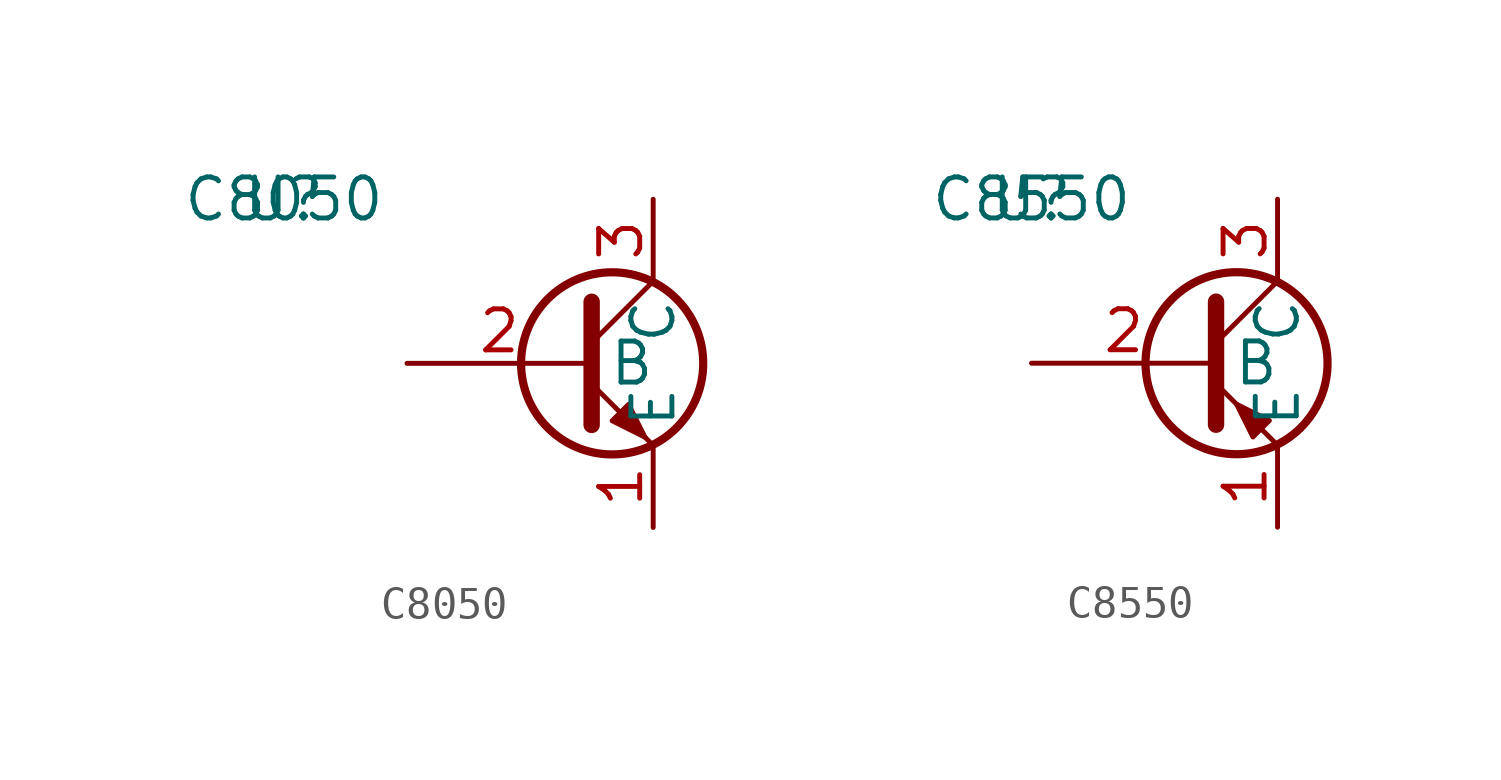
<source format=kicad_sym>
(kicad_symbol_lib
  (version 20211014)
  (generator kicad_symbol_editor)
  (symbol "C8050"
    (property "Reference" "U"
      (at -6.35 5.08 0)
      (effects (font (size 1.27 1.27))))
    (property "Value" "C8050"
      (at -6.35 5.08 0)
      (effects (font (size 1.27 1.27))))
    (symbol "C8050_0_1"
      (polyline (pts (xy 3.175 0.635) (xy 5.08 2.54)) (stroke (width 0) (type default) (color 0 0 0 0)) (fill (type none)))
      (polyline (pts (xy 3.175 -0.635) (xy 5.08 -2.54) (xy 5.08 -2.54)) (stroke (width 0) (type default) (color 0 0 0 0)) (fill (type none)))
      (polyline (pts (xy 3.175 1.905) (xy 3.175 -1.905) (xy 3.175 -1.905)) (stroke (width 0.508) (type default) (color 0 0 0 0)) (fill (type none)))
      (polyline (pts (xy 3.81 -1.778) (xy 4.318 -1.27) (xy 4.826 -2.286) (xy 3.81 -1.778) (xy 3.81 -1.778)) (stroke (width 0) (type default) (color 0 0 0 0)) (fill (type outline)))
      (circle (center 3.81 0) (radius 2.819) (stroke (width 0.254) (type default) (color 0 0 0 0)) (fill (type none))))
    (symbol "C8050_1_1"
      (pin passive line (at 5.08 -5.08 90) (length 2.54) (name "E" (effects (font (size 1.27 1.27)))) (number "1" (effects (font (size 1.27 1.27)))))
      (pin input line (at -2.54 0 0) (length 5.715) (name "B" (effects (font (size 1.27 1.27)))) (number "2" (effects (font (size 1.27 1.27)))))
      (pin passive line (at 5.08 5.08 270) (length 2.54) (name "C" (effects (font (size 1.27 1.27)))) (number "3" (effects (font (size 1.27 1.27)))))))
  (symbol "C8550"
    (property "Reference" "U"
      (at -5.08 5.08 0)
      (effects (font (size 1.27 1.27))))
    (property "Value" "C8550"
      (at -5.08 5.08 0)
      (effects (font (size 1.27 1.27))))
    (symbol "C8550_0_1"
      (polyline (pts (xy 0.635 0.635) (xy 2.54 2.54)) (stroke (width 0) (type default) (color 0 0 0 0)) (fill (type none)))
      (polyline (pts (xy 0.635 -0.635) (xy 2.54 -2.54) (xy 2.54 -2.54)) (stroke (width 0) (type default) (color 0 0 0 0)) (fill (type none)))
      (polyline (pts (xy 0.635 1.905) (xy 0.635 -1.905) (xy 0.635 -1.905)) (stroke (width 0.508) (type default) (color 0 0 0 0)) (fill (type none)))
      (polyline (pts (xy 2.286 -1.778) (xy 1.778 -2.286) (xy 1.27 -1.27) (xy 2.286 -1.778) (xy 2.286 -1.778)) (stroke (width 0) (type default) (color 0 0 0 0)) (fill (type outline)))
      (circle (center 1.27 0) (radius 2.819) (stroke (width 0.254) (type default) (color 0 0 0 0)) (fill (type none))))
    (symbol "C8550_1_1"
      (pin passive line (at 2.54 -5.08 90) (length 2.54) (name "E" (effects (font (size 1.27 1.27)))) (number "1" (effects (font (size 1.27 1.27)))))
      (pin input line (at -5.08 0 0) (length 5.715) (name "B" (effects (font (size 1.27 1.27)))) (number "2" (effects (font (size 1.27 1.27)))))
      (pin passive line (at 2.54 5.08 270) (length 2.54) (name "C" (effects (font (size 1.27 1.27)))) (number "3" (effects (font (size 1.27 1.27))))))))
</source>
